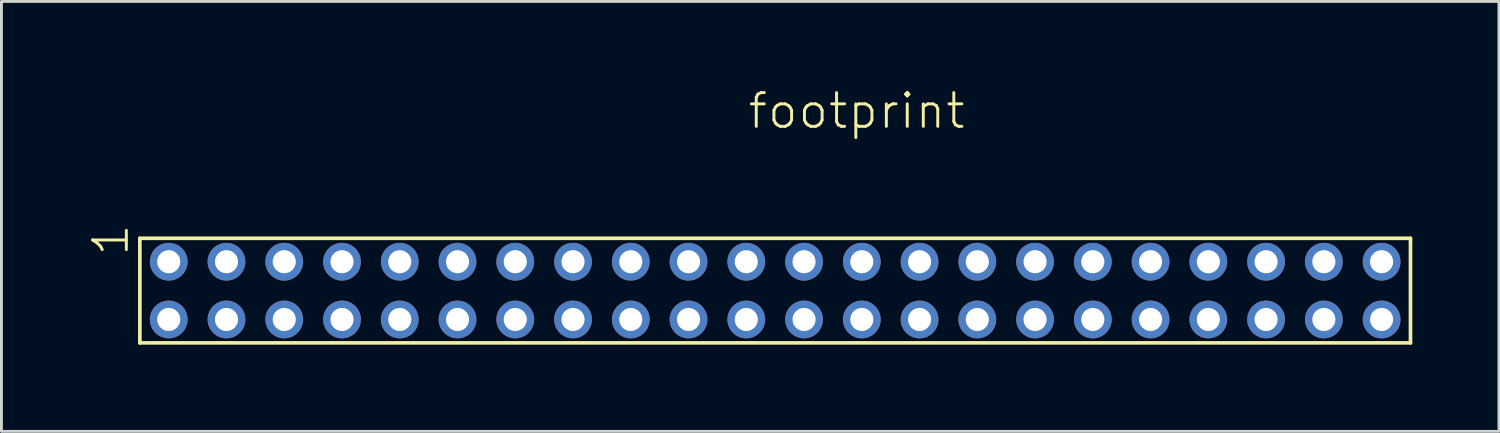
<source format=kicad_pcb>
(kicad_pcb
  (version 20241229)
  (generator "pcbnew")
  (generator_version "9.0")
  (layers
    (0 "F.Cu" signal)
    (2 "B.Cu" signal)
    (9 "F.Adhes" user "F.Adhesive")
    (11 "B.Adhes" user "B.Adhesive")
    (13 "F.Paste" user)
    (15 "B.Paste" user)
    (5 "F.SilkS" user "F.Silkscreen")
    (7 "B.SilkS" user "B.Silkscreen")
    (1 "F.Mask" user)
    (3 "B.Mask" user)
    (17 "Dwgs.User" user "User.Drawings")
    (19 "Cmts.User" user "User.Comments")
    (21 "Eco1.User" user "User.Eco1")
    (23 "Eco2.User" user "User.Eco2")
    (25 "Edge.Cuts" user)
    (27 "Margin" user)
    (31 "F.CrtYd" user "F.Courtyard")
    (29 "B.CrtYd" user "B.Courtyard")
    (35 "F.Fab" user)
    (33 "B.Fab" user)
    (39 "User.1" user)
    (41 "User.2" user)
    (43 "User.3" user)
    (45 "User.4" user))
  (footprint "footprint"
    (layer "F.Cu")
    (at 23.793 7.013)
    (property "Reference" "footprint" (at -1 -5.54 0) (layer "F.SilkS") (effects (font (size 1.168 1.168) (thickness 0.102)) (justify left bottom)))
    (fp_line (start -22 -1.81) (end -22 1.81) (stroke (width 0.127) (type solid)) (layer "F.SilkS"))
    (fp_line (start -22 1.81) (end 22 1.81) (stroke (width 0.127) (type solid)) (layer "F.SilkS"))
    (fp_line (start 22 -1.81) (end -22 -1.81) (stroke (width 0.127) (type solid)) (layer "F.SilkS"))
    (fp_line (start 22 1.81) (end 22 -1.81) (stroke (width 0.127) (type solid)) (layer "F.SilkS"))
    (fp_text user "1" (at -22.32 -1.13 90) (layer "F.SilkS") (effects (font (size 1.168 1.168) (thickness 0.102)) (justify left bottom)))
    (pad "1" thru_hole circle (at -21 -1) (size 1.308 1.308) (drill 0.8) (layers "*.Cu" "*.Mask"))
    (pad "2" thru_hole circle (at -21 1) (size 1.308 1.308) (drill 0.8) (layers "*.Cu" "*.Mask"))
    (pad "3" thru_hole circle (at -19 -1) (size 1.308 1.308) (drill 0.8) (layers "*.Cu" "*.Mask"))
    (pad "4" thru_hole circle (at -19 1) (size 1.308 1.308) (drill 0.8) (layers "*.Cu" "*.Mask"))
    (pad "5" thru_hole circle (at -17 -1) (size 1.308 1.308) (drill 0.8) (layers "*.Cu" "*.Mask"))
    (pad "6" thru_hole circle (at -17 1) (size 1.308 1.308) (drill 0.8) (layers "*.Cu" "*.Mask"))
    (pad "7" thru_hole circle (at -15 -1) (size 1.308 1.308) (drill 0.8) (layers "*.Cu" "*.Mask"))
    (pad "8" thru_hole circle (at -15 1) (size 1.308 1.308) (drill 0.8) (layers "*.Cu" "*.Mask"))
    (pad "9" thru_hole circle (at -13 -1) (size 1.308 1.308) (drill 0.8) (layers "*.Cu" "*.Mask"))
    (pad "10" thru_hole circle (at -13 1) (size 1.308 1.308) (drill 0.8) (layers "*.Cu" "*.Mask"))
    (pad "11" thru_hole circle (at -11 -1) (size 1.308 1.308) (drill 0.8) (layers "*.Cu" "*.Mask"))
    (pad "12" thru_hole circle (at -11 1) (size 1.308 1.308) (drill 0.8) (layers "*.Cu" "*.Mask"))
    (pad "13" thru_hole circle (at -9 -1) (size 1.308 1.308) (drill 0.8) (layers "*.Cu" "*.Mask"))
    (pad "14" thru_hole circle (at -9 1) (size 1.308 1.308) (drill 0.8) (layers "*.Cu" "*.Mask"))
    (pad "15" thru_hole circle (at -7 -1) (size 1.308 1.308) (drill 0.8) (layers "*.Cu" "*.Mask"))
    (pad "16" thru_hole circle (at -7 1) (size 1.308 1.308) (drill 0.8) (layers "*.Cu" "*.Mask"))
    (pad "17" thru_hole circle (at -5 -1) (size 1.308 1.308) (drill 0.8) (layers "*.Cu" "*.Mask"))
    (pad "18" thru_hole circle (at -5 1) (size 1.308 1.308) (drill 0.8) (layers "*.Cu" "*.Mask"))
    (pad "19" thru_hole circle (at -3 -1) (size 1.308 1.308) (drill 0.8) (layers "*.Cu" "*.Mask"))
    (pad "20" thru_hole circle (at -3 1) (size 1.308 1.308) (drill 0.8) (layers "*.Cu" "*.Mask"))
    (pad "21" thru_hole circle (at -1 -1) (size 1.308 1.308) (drill 0.8) (layers "*.Cu" "*.Mask"))
    (pad "22" thru_hole circle (at -1 1) (size 1.308 1.308) (drill 0.8) (layers "*.Cu" "*.Mask"))
    (pad "23" thru_hole circle (at 1 -1) (size 1.308 1.308) (drill 0.8) (layers "*.Cu" "*.Mask"))
    (pad "24" thru_hole circle (at 1 1) (size 1.308 1.308) (drill 0.8) (layers "*.Cu" "*.Mask"))
    (pad "25" thru_hole circle (at 3 -1) (size 1.308 1.308) (drill 0.8) (layers "*.Cu" "*.Mask"))
    (pad "26" thru_hole circle (at 3 1) (size 1.308 1.308) (drill 0.8) (layers "*.Cu" "*.Mask"))
    (pad "27" thru_hole circle (at 5 -1) (size 1.308 1.308) (drill 0.8) (layers "*.Cu" "*.Mask"))
    (pad "28" thru_hole circle (at 5 1) (size 1.308 1.308) (drill 0.8) (layers "*.Cu" "*.Mask"))
    (pad "29" thru_hole circle (at 7 -1) (size 1.308 1.308) (drill 0.8) (layers "*.Cu" "*.Mask"))
    (pad "30" thru_hole circle (at 7 1) (size 1.308 1.308) (drill 0.8) (layers "*.Cu" "*.Mask"))
    (pad "31" thru_hole circle (at 9 -1) (size 1.308 1.308) (drill 0.8) (layers "*.Cu" "*.Mask"))
    (pad "32" thru_hole circle (at 9 1) (size 1.308 1.308) (drill 0.8) (layers "*.Cu" "*.Mask"))
    (pad "33" thru_hole circle (at 11 -1) (size 1.308 1.308) (drill 0.8) (layers "*.Cu" "*.Mask"))
    (pad "34" thru_hole circle (at 11 1) (size 1.308 1.308) (drill 0.8) (layers "*.Cu" "*.Mask"))
    (pad "35" thru_hole circle (at 13 -1) (size 1.308 1.308) (drill 0.8) (layers "*.Cu" "*.Mask"))
    (pad "36" thru_hole circle (at 13 1) (size 1.308 1.308) (drill 0.8) (layers "*.Cu" "*.Mask"))
    (pad "37" thru_hole circle (at 15 -1) (size 1.308 1.308) (drill 0.8) (layers "*.Cu" "*.Mask"))
    (pad "38" thru_hole circle (at 15 1) (size 1.308 1.308) (drill 0.8) (layers "*.Cu" "*.Mask"))
    (pad "39" thru_hole circle (at 17 -1) (size 1.308 1.308) (drill 0.8) (layers "*.Cu" "*.Mask"))
    (pad "40" thru_hole circle (at 17 1) (size 1.308 1.308) (drill 0.8) (layers "*.Cu" "*.Mask"))
    (pad "41" thru_hole circle (at 19 -1) (size 1.308 1.308) (drill 0.8) (layers "*.Cu" "*.Mask"))
    (pad "42" thru_hole circle (at 19 1) (size 1.308 1.308) (drill 0.8) (layers "*.Cu" "*.Mask"))
    (pad "43" thru_hole circle (at 21 -1) (size 1.308 1.308) (drill 0.8) (layers "*.Cu" "*.Mask"))
    (pad "44" thru_hole circle (at 21 1) (size 1.308 1.308) (drill 0.8) (layers "*.Cu" "*.Mask")))
  (gr_rect
    (start -3 -3)
    (end 48.857 11.887)
    (stroke (width 0.1) (type default))
    (fill no)
    (layer "Edge.Cuts")))
</source>
